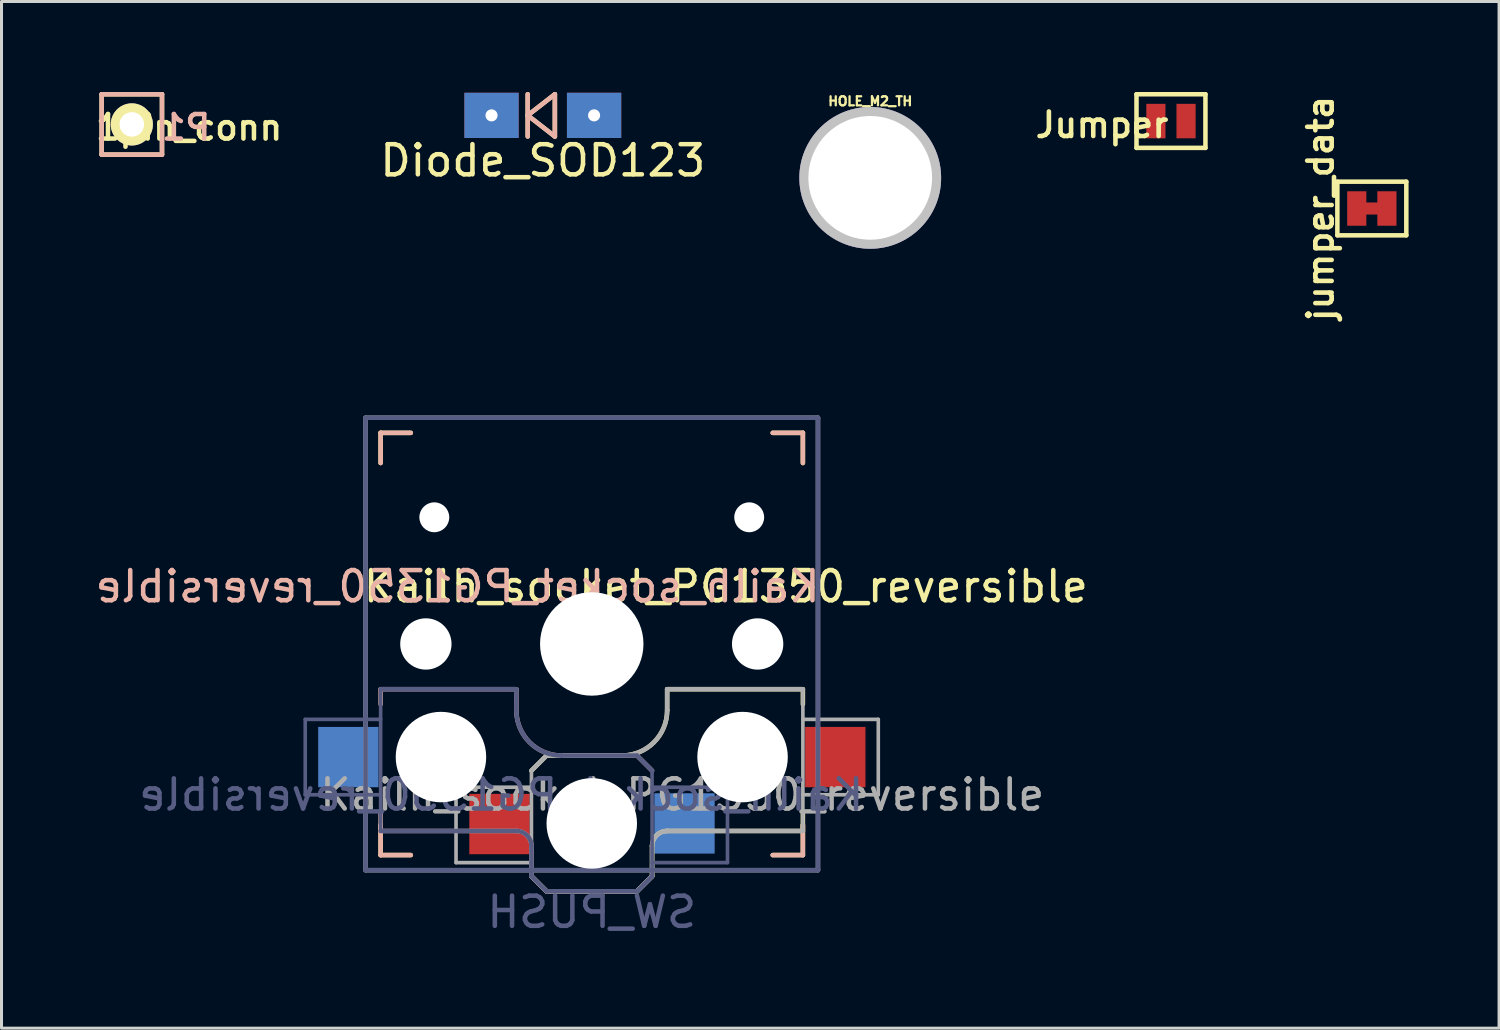
<source format=kicad_pcb>
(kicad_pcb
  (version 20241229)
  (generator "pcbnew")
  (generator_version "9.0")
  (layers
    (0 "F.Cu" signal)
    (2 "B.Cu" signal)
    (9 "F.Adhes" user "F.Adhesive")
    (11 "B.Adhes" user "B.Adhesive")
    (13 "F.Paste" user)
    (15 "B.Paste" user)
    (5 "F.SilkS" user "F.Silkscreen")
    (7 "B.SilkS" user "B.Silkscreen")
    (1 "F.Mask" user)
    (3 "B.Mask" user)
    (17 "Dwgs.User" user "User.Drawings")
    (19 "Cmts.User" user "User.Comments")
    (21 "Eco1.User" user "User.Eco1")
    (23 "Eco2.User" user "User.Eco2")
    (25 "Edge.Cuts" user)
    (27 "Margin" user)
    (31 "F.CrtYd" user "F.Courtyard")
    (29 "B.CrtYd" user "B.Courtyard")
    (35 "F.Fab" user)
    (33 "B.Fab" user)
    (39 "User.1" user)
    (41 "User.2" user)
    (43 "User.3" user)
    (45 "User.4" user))
  (footprint "jumper_data"
    (layer "F.Cu")
    (at 42.434 3.863)
    (property "Reference" "jumper_data" (at -1.7 0 270) (layer "F.SilkS") (effects (font (size 0.813 0.813) (thickness 0.152))))
    (attr smd)
    (fp_poly (pts (xy -0.2 -0.15) (xy 0.2 -0.15) (xy 0.2 0.15) (xy -0.2 0.15)) (stroke (width 0.1) (type solid)) (fill yes) (layer "F.Cu"))
    (fp_line (start -1.143 -0.889) (end 1.143 -0.889) (stroke (width 0.15) (type solid)) (layer "F.SilkS"))
    (fp_line (start -1.143 0.889) (end -1.143 -0.889) (stroke (width 0.15) (type solid)) (layer "F.SilkS"))
    (fp_line (start 1.143 -0.889) (end 1.143 0.889) (stroke (width 0.15) (type solid)) (layer "F.SilkS"))
    (fp_line (start 1.143 0.889) (end -1.143 0.889) (stroke (width 0.15) (type solid)) (layer "F.SilkS"))
    (pad "1" smd rect (at -0.5 0) (size 0.635 1.143) (layers "F.Cu" "F.Mask" "F.Paste"))
    (pad "2" smd rect (at 0.5 0) (size 0.635 1.143) (layers "F.Cu" "F.Mask" "F.Paste")))
  (footprint "Kailh_socket_PG1350_reversible"
    (layer "F.Cu")
    (at 16.57 18.301)
    (property "Reference" "Kailh_socket_PG1350_reversible" (at 4.445 -1.905 0) (layer "F.SilkS") (effects (font (size 1 1) (thickness 0.15))))
    (property "Value" "SW_PUSH" (at 0 8.89 0) (layer "F.Fab") (hide yes) (effects (font (size 1 1) (thickness 0.15))))
    (attr smd)
    (fp_line (start -7 -7) (end -6 -7) (stroke (width 0.15) (type solid)) (layer "F.SilkS"))
    (fp_line (start -7 -6) (end -7 -7) (stroke (width 0.15) (type solid)) (layer "F.SilkS"))
    (fp_line (start -7 7) (end -7 6) (stroke (width 0.15) (type solid)) (layer "F.SilkS"))
    (fp_line (start -6 7) (end -7 7) (stroke (width 0.15) (type solid)) (layer "F.SilkS"))
    (fp_line (start -2 4.2) (end -1.5 3.7) (stroke (width 0.15) (type solid)) (layer "F.SilkS"))
    (fp_line (start -2 7.7) (end -1.5 8.2) (stroke (width 0.15) (type solid)) (layer "F.SilkS"))
    (fp_line (start -1.5 3.7) (end 1 3.7) (stroke (width 0.15) (type solid)) (layer "F.SilkS"))
    (fp_line (start -1.5 8.2) (end 1.5 8.2) (stroke (width 0.15) (type solid)) (layer "F.SilkS"))
    (fp_line (start 1.5 8.2) (end 2 7.7) (stroke (width 0.15) (type solid)) (layer "F.SilkS"))
    (fp_line (start 2 6.7) (end 2 7.7) (stroke (width 0.15) (type solid)) (layer "F.SilkS"))
    (fp_line (start 2.5 1.5) (end 7 1.5) (stroke (width 0.15) (type solid)) (layer "F.SilkS"))
    (fp_line (start 2.5 2.2) (end 2.5 1.5) (stroke (width 0.15) (type solid)) (layer "F.SilkS"))
    (fp_line (start 6 -7) (end 7 -7) (stroke (width 0.15) (type solid)) (layer "F.SilkS"))
    (fp_line (start 7 -7) (end 7 -6) (stroke (width 0.15) (type solid)) (layer "F.SilkS"))
    (fp_line (start 7 1.5) (end 7 2) (stroke (width 0.15) (type solid)) (layer "F.SilkS"))
    (fp_line (start 7 5.6) (end 7 6.2) (stroke (width 0.15) (type solid)) (layer "F.SilkS"))
    (fp_line (start 7 6) (end 7 7) (stroke (width 0.15) (type solid)) (layer "F.SilkS"))
    (fp_line (start 7 6.2) (end 2.5 6.2) (stroke (width 0.15) (type solid)) (layer "F.SilkS"))
    (fp_line (start 7 7) (end 6 7) (stroke (width 0.15) (type solid)) (layer "F.SilkS"))
    (fp_arc (start 2 6.7) (mid 2.146447 6.346447) (end 2.5 6.2) (stroke (width 0.15) (type solid)) (layer "F.SilkS"))
    (fp_arc (start 2.5 2.2) (mid 2.06066 3.26066) (end 1 3.7) (stroke (width 0.15) (type solid)) (layer "F.SilkS"))
    (fp_line (start -7 -7) (end -6 -7) (stroke (width 0.15) (type solid)) (layer "B.SilkS"))
    (fp_line (start -7 -6) (end -7 -7) (stroke (width 0.15) (type solid)) (layer "B.SilkS"))
    (fp_line (start -7 1.5) (end -7 2) (stroke (width 0.15) (type solid)) (layer "B.SilkS"))
    (fp_line (start -7 5.6) (end -7 6.2) (stroke (width 0.15) (type solid)) (layer "B.SilkS"))
    (fp_line (start -7 6.2) (end -2.5 6.2) (stroke (width 0.15) (type solid)) (layer "B.SilkS"))
    (fp_line (start -7 7) (end -7 6) (stroke (width 0.15) (type solid)) (layer "B.SilkS"))
    (fp_line (start -6 7) (end -7 7) (stroke (width 0.15) (type solid)) (layer "B.SilkS"))
    (fp_line (start -2.5 1.5) (end -7 1.5) (stroke (width 0.15) (type solid)) (layer "B.SilkS"))
    (fp_line (start -2.5 2.2) (end -2.5 1.5) (stroke (width 0.15) (type solid)) (layer "B.SilkS"))
    (fp_line (start -2 6.7) (end -2 7.7) (stroke (width 0.15) (type solid)) (layer "B.SilkS"))
    (fp_line (start -1.5 8.2) (end -2 7.7) (stroke (width 0.15) (type solid)) (layer "B.SilkS"))
    (fp_line (start 1.5 3.7) (end -1 3.7) (stroke (width 0.15) (type solid)) (layer "B.SilkS"))
    (fp_line (start 1.5 8.2) (end -1.5 8.2) (stroke (width 0.15) (type solid)) (layer "B.SilkS"))
    (fp_line (start 2 4.2) (end 1.5 3.7) (stroke (width 0.15) (type solid)) (layer "B.SilkS"))
    (fp_line (start 2 7.7) (end 1.5 8.2) (stroke (width 0.15) (type solid)) (layer "B.SilkS"))
    (fp_line (start 6 -7) (end 7 -7) (stroke (width 0.15) (type solid)) (layer "B.SilkS"))
    (fp_line (start 7 -7) (end 7 -6) (stroke (width 0.15) (type solid)) (layer "B.SilkS"))
    (fp_line (start 7 6) (end 7 7) (stroke (width 0.15) (type solid)) (layer "B.SilkS"))
    (fp_line (start 7 7) (end 6 7) (stroke (width 0.15) (type solid)) (layer "B.SilkS"))
    (fp_arc (start -2.5 6.2) (mid -2.146447 6.346447) (end -2 6.7) (stroke (width 0.15) (type solid)) (layer "B.SilkS"))
    (fp_arc (start -1 3.7) (mid -2.06066 3.26066) (end -2.5 2.2) (stroke (width 0.15) (type solid)) (layer "B.SilkS"))
    (fp_line (start -6.9 6.9) (end -6.9 -6.9) (stroke (width 0.15) (type solid)) (layer "Eco2.User"))
    (fp_line (start -6.9 6.9) (end 6.9 6.9) (stroke (width 0.15) (type solid)) (layer "Eco2.User"))
    (fp_line (start -2.6 -3.1) (end -2.6 -6.3) (stroke (width 0.15) (type solid)) (layer "Eco2.User"))
    (fp_line (start -2.6 -3.1) (end 2.6 -3.1) (stroke (width 0.15) (type solid)) (layer "Eco2.User"))
    (fp_line (start 2.6 -6.3) (end -2.6 -6.3) (stroke (width 0.15) (type solid)) (layer "Eco2.User"))
    (fp_line (start 2.6 -3.1) (end 2.6 -6.3) (stroke (width 0.15) (type solid)) (layer "Eco2.User"))
    (fp_line (start 6.9 -6.9) (end -6.9 -6.9) (stroke (width 0.15) (type solid)) (layer "Eco2.User"))
    (fp_line (start 6.9 -6.9) (end 6.9 6.9) (stroke (width 0.15) (type solid)) (layer "Eco2.User"))
    (fp_line (start -9.5 2.5) (end -7 2.5) (stroke (width 0.12) (type solid)) (layer "B.Fab"))
    (fp_line (start -9.5 5) (end -9.5 2.5) (stroke (width 0.12) (type solid)) (layer "B.Fab"))
    (fp_line (start -7.5 -7.5) (end 7.5 -7.5) (stroke (width 0.15) (type solid)) (layer "B.Fab"))
    (fp_line (start -7.5 7.5) (end -7.5 -7.5) (stroke (width 0.15) (type solid)) (layer "B.Fab"))
    (fp_line (start -7 1.5) (end -7 6.2) (stroke (width 0.12) (type solid)) (layer "B.Fab"))
    (fp_line (start -7 5) (end -9.5 5) (stroke (width 0.12) (type solid)) (layer "B.Fab"))
    (fp_line (start -7 6.2) (end -2.5 6.2) (stroke (width 0.15) (type solid)) (layer "B.Fab"))
    (fp_line (start -2.5 1.5) (end -7 1.5) (stroke (width 0.15) (type solid)) (layer "B.Fab"))
    (fp_line (start -2.5 2.2) (end -2.5 1.5) (stroke (width 0.15) (type solid)) (layer "B.Fab"))
    (fp_line (start -2 6.7) (end -2 7.7) (stroke (width 0.15) (type solid)) (layer "B.Fab"))
    (fp_line (start -1.5 8.2) (end -2 7.7) (stroke (width 0.15) (type solid)) (layer "B.Fab"))
    (fp_line (start 1.5 3.7) (end -1 3.7) (stroke (width 0.15) (type solid)) (layer "B.Fab"))
    (fp_line (start 1.5 8.2) (end -1.5 8.2) (stroke (width 0.15) (type solid)) (layer "B.Fab"))
    (fp_line (start 2 4.2) (end 1.5 3.7) (stroke (width 0.15) (type solid)) (layer "B.Fab"))
    (fp_line (start 2 4.25) (end 2 7.7) (stroke (width 0.12) (type solid)) (layer "B.Fab"))
    (fp_line (start 2 4.75) (end 4.5 4.75) (stroke (width 0.12) (type solid)) (layer "B.Fab"))
    (fp_line (start 2 7.7) (end 1.5 8.2) (stroke (width 0.15) (type solid)) (layer "B.Fab"))
    (fp_line (start 4.5 4.75) (end 4.5 7.25) (stroke (width 0.12) (type solid)) (layer "B.Fab"))
    (fp_line (start 4.5 7.25) (end 2 7.25) (stroke (width 0.12) (type solid)) (layer "B.Fab"))
    (fp_line (start 7.5 -7.5) (end 7.5 7.5) (stroke (width 0.15) (type solid)) (layer "B.Fab"))
    (fp_line (start 7.5 7.5) (end -7.5 7.5) (stroke (width 0.15) (type solid)) (layer "B.Fab"))
    (fp_arc (start -2.5 6.2) (mid -2.146447 6.346447) (end -2 6.7) (stroke (width 0.15) (type solid)) (layer "B.Fab"))
    (fp_arc (start -1 3.7) (mid -2.06066 3.26066) (end -2.5 2.2) (stroke (width 0.15) (type solid)) (layer "B.Fab"))
    (fp_line (start -7.5 -7.5) (end 7.5 -7.5) (stroke (width 0.15) (type solid)) (layer "F.Fab"))
    (fp_line (start -7.5 7.5) (end -7.5 -7.5) (stroke (width 0.15) (type solid)) (layer "F.Fab"))
    (fp_line (start -4.5 4.75) (end -4.5 7.25) (stroke (width 0.12) (type solid)) (layer "F.Fab"))
    (fp_line (start -4.5 7.25) (end -2 7.25) (stroke (width 0.12) (type solid)) (layer "F.Fab"))
    (fp_line (start -2 4.2) (end -1.5 3.7) (stroke (width 0.15) (type solid)) (layer "F.Fab"))
    (fp_line (start -2 4.25) (end -2 7.7) (stroke (width 0.12) (type solid)) (layer "F.Fab"))
    (fp_line (start -2 4.75) (end -4.5 4.75) (stroke (width 0.12) (type solid)) (layer "F.Fab"))
    (fp_line (start -2 7.7) (end -1.5 8.2) (stroke (width 0.15) (type solid)) (layer "F.Fab"))
    (fp_line (start -1.5 3.7) (end 1 3.7) (stroke (width 0.15) (type solid)) (layer "F.Fab"))
    (fp_line (start -1.5 8.2) (end 1.5 8.2) (stroke (width 0.15) (type solid)) (layer "F.Fab"))
    (fp_line (start 1.5 8.2) (end 2 7.7) (stroke (width 0.15) (type solid)) (layer "F.Fab"))
    (fp_line (start 2 6.7) (end 2 7.7) (stroke (width 0.15) (type solid)) (layer "F.Fab"))
    (fp_line (start 2.5 1.5) (end 7 1.5) (stroke (width 0.15) (type solid)) (layer "F.Fab"))
    (fp_line (start 2.5 2.2) (end 2.5 1.5) (stroke (width 0.15) (type solid)) (layer "F.Fab"))
    (fp_line (start 7 1.5) (end 7 6.2) (stroke (width 0.12) (type solid)) (layer "F.Fab"))
    (fp_line (start 7 5) (end 9.5 5) (stroke (width 0.12) (type solid)) (layer "F.Fab"))
    (fp_line (start 7 6.2) (end 2.5 6.2) (stroke (width 0.15) (type solid)) (layer "F.Fab"))
    (fp_line (start 7.5 -7.5) (end 7.5 7.5) (stroke (width 0.15) (type solid)) (layer "F.Fab"))
    (fp_line (start 7.5 7.5) (end -7.5 7.5) (stroke (width 0.15) (type solid)) (layer "F.Fab"))
    (fp_line (start 9.5 2.5) (end 7 2.5) (stroke (width 0.12) (type solid)) (layer "F.Fab"))
    (fp_line (start 9.5 5) (end 9.5 2.5) (stroke (width 0.12) (type solid)) (layer "F.Fab"))
    (fp_arc (start 2 6.7) (mid 2.146447 6.346447) (end 2.5 6.2) (stroke (width 0.15) (type solid)) (layer "F.Fab"))
    (fp_arc (start 2.5 2.2) (mid 2.06066 3.26066) (end 1 3.7) (stroke (width 0.15) (type solid)) (layer "F.Fab"))
    (fp_text user "${REFERENCE}" (at -4.445 -1.905 0) (layer "B.SilkS") (effects (font (size 1 1) (thickness 0.15)) (justify mirror)))
    (fp_text user "${REFERENCE}" (at -3 5 0) (layer "B.Fab") (effects (font (size 1 1) (thickness 0.15)) (justify mirror)))
    (fp_text user "${VALUE}" (at 0 8.89 0) (layer "B.Fab") (effects (font (size 1 1) (thickness 0.15)) (justify mirror)))
    (fp_text user "${REFERENCE}" (at 3 5 180) (layer "F.Fab") (effects (font (size 1 1) (thickness 0.15))))
    (pad "" np_thru_hole circle (at -5.5 0) (size 1.702 1.702) (drill 1.702) (layers "*.Cu" "*.Mask"))
    (pad "" np_thru_hole circle (at -5.22 -4.2) (size 0.991 0.991) (drill 0.991) (layers "*.Cu" "*.Mask"))
    (pad "" np_thru_hole circle (at -5 3.75) (size 3 3) (drill 3) (layers "*.Cu" "*.Mask"))
    (pad "" np_thru_hole circle (at 0 0) (size 3.429 3.429) (drill 3.429) (layers "*.Cu" "*.Mask"))
    (pad "" np_thru_hole circle (at 0 5.95) (size 3 3) (drill 3) (layers "*.Cu" "*.Mask"))
    (pad "" np_thru_hole circle (at 5 3.75) (size 3 3) (drill 3) (layers "*.Cu" "*.Mask"))
    (pad "" np_thru_hole circle (at 5.22 -4.2) (size 0.991 0.991) (drill 0.991) (layers "*.Cu" "*.Mask"))
    (pad "" np_thru_hole circle (at 5.5 0) (size 1.702 1.702) (drill 1.702) (layers "*.Cu" "*.Mask"))
    (pad "1" smd rect (at -3.06 5.97) (size 2 2) (layers "F.Cu" "F.Mask" "F.Paste"))
    (pad "1" smd rect (at 3.075 5.95) (size 2 2) (layers "B.Cu" "B.Mask" "B.Paste"))
    (pad "2" smd rect (at -8.07 3.75) (size 2 2) (layers "B.Cu" "B.Mask" "B.Paste"))
    (pad "2" smd rect (at 8.075 3.75) (size 2 2) (layers "F.Cu" "F.Mask" "F.Paste")))
  (footprint "Jumper"
    (layer "F.Cu")
    (at 35.774 0.964)
    (property "Reference" "Jumper" (at -2.286 0.127 0) (layer "F.SilkS") (effects (font (size 0.813 0.813) (thickness 0.152))))
    (attr smd)
    (fp_line (start -1.143 -0.889) (end 1.143 -0.889) (stroke (width 0.15) (type solid)) (layer "F.SilkS"))
    (fp_line (start -1.143 0.889) (end -1.143 -0.889) (stroke (width 0.15) (type solid)) (layer "F.SilkS"))
    (fp_line (start 1.143 -0.889) (end 1.143 0.889) (stroke (width 0.15) (type solid)) (layer "F.SilkS"))
    (fp_line (start 1.143 0.889) (end -1.143 0.889) (stroke (width 0.15) (type solid)) (layer "F.SilkS"))
    (pad "1" smd rect (at -0.5 0) (size 0.635 1.143) (layers "F.Cu" "F.Mask" "F.Paste"))
    (pad "2" smd rect (at 0.5 0) (size 0.635 1.143) (layers "F.Cu" "F.Mask" "F.Paste")))
  (footprint "Diode_SOD123"
    (placed yes)
    (layer "F.Cu")
    (at 14.947 0.775)
    (property "Reference" "Diode_SOD123" (at 0 1.5 180) (layer "F.SilkS") (effects (font (size 1 1) (thickness 0.15))))
    (attr through_hole)
    (fp_line (start -0.5 -0.7) (end -0.5 0.7) (stroke (width 0.15) (type solid)) (layer "F.SilkS"))
    (fp_line (start -0.5 0) (end 0.4 -0.7) (stroke (width 0.15) (type solid)) (layer "F.SilkS"))
    (fp_line (start 0.4 -0.7) (end 0.4 0.7) (stroke (width 0.15) (type solid)) (layer "F.SilkS"))
    (fp_line (start 0.4 0.7) (end -0.5 0) (stroke (width 0.15) (type solid)) (layer "F.SilkS"))
    (fp_line (start -0.5 -0.7) (end -0.5 0.7) (stroke (width 0.15) (type solid)) (layer "B.SilkS"))
    (fp_line (start -0.5 0) (end 0.4 -0.7) (stroke (width 0.15) (type solid)) (layer "B.SilkS"))
    (fp_line (start 0.4 -0.7) (end 0.4 0.7) (stroke (width 0.15) (type solid)) (layer "B.SilkS"))
    (fp_line (start 0.4 0.7) (end -0.5 0) (stroke (width 0.15) (type solid)) (layer "B.SilkS"))
    (pad "1" thru_hole rect (at -1.7 0) (size 1.8 1.5) (drill 0.4) (layers "*.Cu" "*.Mask"))
    (pad "2" thru_hole rect (at 1.7 0) (size 1.8 1.5) (drill 0.4) (layers "*.Cu" "*.Mask")))
  (footprint "1pin_conn"
    (layer "F.Cu")
    (at 1.321 1.075)
    (property "Reference" "1pin_conn" (at 1.9 0.1 0) (layer "F.SilkS") (effects (font (size 0.813 0.813) (thickness 0.15))))
    (attr through_hole)
    (fp_line (start -1 -1) (end -1 1) (stroke (width 0.15) (type solid)) (layer "F.SilkS"))
    (fp_line (start -1 1) (end 1 1) (stroke (width 0.15) (type solid)) (layer "F.SilkS"))
    (fp_line (start 1 -1) (end -1 -1) (stroke (width 0.15) (type solid)) (layer "F.SilkS"))
    (fp_line (start 1 1) (end 1 -1) (stroke (width 0.15) (type solid)) (layer "F.SilkS"))
    (fp_line (start -1 -1) (end 1 -1) (stroke (width 0.15) (type solid)) (layer "B.SilkS"))
    (fp_line (start -1 1) (end -1 -1) (stroke (width 0.15) (type solid)) (layer "B.SilkS"))
    (fp_line (start 1 -1) (end 1 1) (stroke (width 0.15) (type solid)) (layer "B.SilkS"))
    (fp_line (start 1 1) (end -1 1) (stroke (width 0.15) (type solid)) (layer "B.SilkS"))
    (fp_text user "P1" (at 1.8 0.1 0) (layer "B.SilkS") (effects (font (size 0.813 0.813) (thickness 0.15)) (justify mirror)))
    (pad "1" thru_hole circle (at 0 0) (size 1.397 1.397) (drill 0.813) (layers "*.Cu" "*.Mask" "F.SilkS")))
  (footprint "HOLE_M2_TH"
    (layer "F.Cu")
    (at 25.803 2.847)
    (property "Reference" "HOLE_M2_TH" (at 0 -2.54 0) (layer "F.SilkS") (effects (font (size 0.3 0.3) (thickness 0.076))))
    (attr through_hole)
    (pad "" thru_hole circle (at 0 0 90) (size 4.7 4.7) (drill 4.1) (layers "*.Cu" "*.Mask" "Dwgs.User")))
  (gr_rect
    (start -3 -3)
    (end 46.652 31.039)
    (stroke (width 0.1) (type default))
    (fill no)
    (layer "Edge.Cuts")))
</source>
